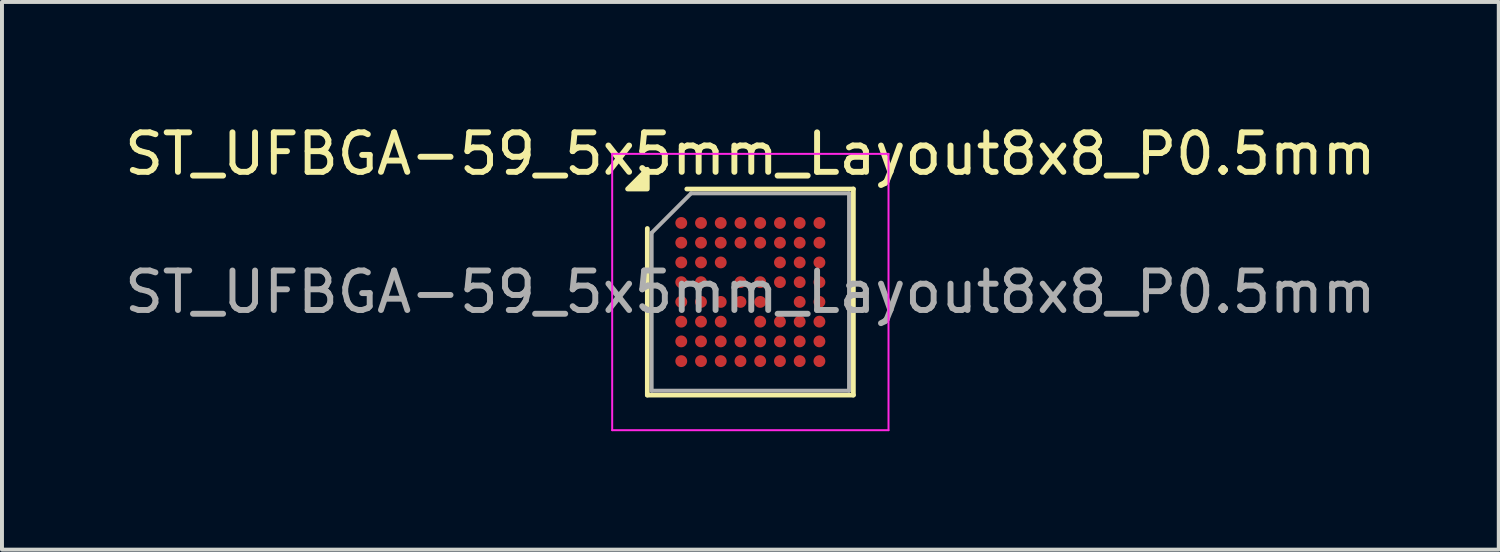
<source format=kicad_pcb>
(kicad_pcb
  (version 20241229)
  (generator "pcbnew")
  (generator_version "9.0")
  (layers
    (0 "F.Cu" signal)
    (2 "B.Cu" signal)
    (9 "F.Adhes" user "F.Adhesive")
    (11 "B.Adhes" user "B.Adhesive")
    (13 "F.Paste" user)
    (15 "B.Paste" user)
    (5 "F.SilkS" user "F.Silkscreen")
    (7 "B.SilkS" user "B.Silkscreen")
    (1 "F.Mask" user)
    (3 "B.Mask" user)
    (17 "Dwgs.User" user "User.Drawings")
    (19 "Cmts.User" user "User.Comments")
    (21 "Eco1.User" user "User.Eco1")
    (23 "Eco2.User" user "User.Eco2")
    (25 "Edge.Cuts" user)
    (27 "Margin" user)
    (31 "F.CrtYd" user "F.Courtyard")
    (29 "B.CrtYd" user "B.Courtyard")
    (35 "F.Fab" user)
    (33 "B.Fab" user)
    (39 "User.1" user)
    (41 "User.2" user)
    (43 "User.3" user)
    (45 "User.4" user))
  (footprint "ST_UFBGA-59_5x5mm_Layout8x8_P0.5mm"
    (layer "F.Cu")
    (at 15.958 4.348)
    (property "Reference" "ST_UFBGA-59_5x5mm_Layout8x8_P0.5mm" (at 0 -3.5 0) (layer "F.SilkS") (effects (font (size 1 1) (thickness 0.15))))
    (attr smd)
    (fp_line (start -2.61 2.61) (end -2.61 -1.61) (stroke (width 0.12) (type solid)) (layer "F.SilkS"))
    (fp_line (start -1.61 -2.61) (end 2.61 -2.61) (stroke (width 0.12) (type solid)) (layer "F.SilkS"))
    (fp_line (start 2.61 -2.61) (end 2.61 2.61) (stroke (width 0.12) (type solid)) (layer "F.SilkS"))
    (fp_line (start 2.61 2.61) (end -2.61 2.61) (stroke (width 0.12) (type solid)) (layer "F.SilkS"))
    (fp_poly (pts (xy -2.61 -2.61) (xy -3.11 -2.61) (xy -2.61 -3.11) (xy -2.61 -2.61)) (stroke (width 0.12) (type solid)) (fill yes) (layer "F.SilkS"))
    (fp_line (start -3.5 -3.5) (end -3.5 3.5) (stroke (width 0.05) (type solid)) (layer "F.CrtYd"))
    (fp_line (start -3.5 3.5) (end 3.5 3.5) (stroke (width 0.05) (type solid)) (layer "F.CrtYd"))
    (fp_line (start 3.5 -3.5) (end -3.5 -3.5) (stroke (width 0.05) (type solid)) (layer "F.CrtYd"))
    (fp_line (start 3.5 3.5) (end 3.5 -3.5) (stroke (width 0.05) (type solid)) (layer "F.CrtYd"))
    (fp_line (start -2.5 -1.5) (end -1.5 -2.5) (stroke (width 0.1) (type solid)) (layer "F.Fab"))
    (fp_line (start -2.5 2.5) (end -2.5 -1.5) (stroke (width 0.1) (type solid)) (layer "F.Fab"))
    (fp_line (start -1.5 -2.5) (end 2.5 -2.5) (stroke (width 0.1) (type solid)) (layer "F.Fab"))
    (fp_line (start 2.5 -2.5) (end 2.5 2.5) (stroke (width 0.1) (type solid)) (layer "F.Fab"))
    (fp_line (start 2.5 2.5) (end -2.5 2.5) (stroke (width 0.1) (type solid)) (layer "F.Fab"))
    (fp_text user "${REFERENCE}" (at 0 0 0) (layer "F.Fab") (effects (font (size 1 1) (thickness 0.15))))
    (pad "A1" smd circle (at -1.75 -1.75) (size 0.3 0.3) (property pad_prop_bga) (layers "F.Cu" "F.Mask" "F.Paste"))
    (pad "A2" smd circle (at -1.25 -1.75) (size 0.3 0.3) (property pad_prop_bga) (layers "F.Cu" "F.Mask" "F.Paste"))
    (pad "A3" smd circle (at -0.75 -1.75) (size 0.3 0.3) (property pad_prop_bga) (layers "F.Cu" "F.Mask" "F.Paste"))
    (pad "A4" smd circle (at -0.25 -1.75) (size 0.3 0.3) (property pad_prop_bga) (layers "F.Cu" "F.Mask" "F.Paste"))
    (pad "A5" smd circle (at 0.25 -1.75) (size 0.3 0.3) (property pad_prop_bga) (layers "F.Cu" "F.Mask" "F.Paste"))
    (pad "A6" smd circle (at 0.75 -1.75) (size 0.3 0.3) (property pad_prop_bga) (layers "F.Cu" "F.Mask" "F.Paste"))
    (pad "A7" smd circle (at 1.25 -1.75) (size 0.3 0.3) (property pad_prop_bga) (layers "F.Cu" "F.Mask" "F.Paste"))
    (pad "A8" smd circle (at 1.75 -1.75) (size 0.3 0.3) (property pad_prop_bga) (layers "F.Cu" "F.Mask" "F.Paste"))
    (pad "B1" smd circle (at -1.75 -1.25) (size 0.3 0.3) (property pad_prop_bga) (layers "F.Cu" "F.Mask" "F.Paste"))
    (pad "B2" smd circle (at -1.25 -1.25) (size 0.3 0.3) (property pad_prop_bga) (layers "F.Cu" "F.Mask" "F.Paste"))
    (pad "B3" smd circle (at -0.75 -1.25) (size 0.3 0.3) (property pad_prop_bga) (layers "F.Cu" "F.Mask" "F.Paste"))
    (pad "B4" smd circle (at -0.25 -1.25) (size 0.3 0.3) (property pad_prop_bga) (layers "F.Cu" "F.Mask" "F.Paste"))
    (pad "B5" smd circle (at 0.25 -1.25) (size 0.3 0.3) (property pad_prop_bga) (layers "F.Cu" "F.Mask" "F.Paste"))
    (pad "B6" smd circle (at 0.75 -1.25) (size 0.3 0.3) (property pad_prop_bga) (layers "F.Cu" "F.Mask" "F.Paste"))
    (pad "B7" smd circle (at 1.25 -1.25) (size 0.3 0.3) (property pad_prop_bga) (layers "F.Cu" "F.Mask" "F.Paste"))
    (pad "B8" smd circle (at 1.75 -1.25) (size 0.3 0.3) (property pad_prop_bga) (layers "F.Cu" "F.Mask" "F.Paste"))
    (pad "C1" smd circle (at -1.75 -0.75) (size 0.3 0.3) (property pad_prop_bga) (layers "F.Cu" "F.Mask" "F.Paste"))
    (pad "C2" smd circle (at -1.25 -0.75) (size 0.3 0.3) (property pad_prop_bga) (layers "F.Cu" "F.Mask" "F.Paste"))
    (pad "C3" smd circle (at -0.75 -0.75) (size 0.3 0.3) (property pad_prop_bga) (layers "F.Cu" "F.Mask" "F.Paste"))
    (pad "C6" smd circle (at 0.75 -0.75) (size 0.3 0.3) (property pad_prop_bga) (layers "F.Cu" "F.Mask" "F.Paste"))
    (pad "C7" smd circle (at 1.25 -0.75) (size 0.3 0.3) (property pad_prop_bga) (layers "F.Cu" "F.Mask" "F.Paste"))
    (pad "C8" smd circle (at 1.75 -0.75) (size 0.3 0.3) (property pad_prop_bga) (layers "F.Cu" "F.Mask" "F.Paste"))
    (pad "D1" smd circle (at -1.75 -0.25) (size 0.3 0.3) (property pad_prop_bga) (layers "F.Cu" "F.Mask" "F.Paste"))
    (pad "D2" smd circle (at -1.25 -0.25) (size 0.3 0.3) (property pad_prop_bga) (layers "F.Cu" "F.Mask" "F.Paste"))
    (pad "D4" smd circle (at -0.25 -0.25) (size 0.3 0.3) (property pad_prop_bga) (layers "F.Cu" "F.Mask" "F.Paste"))
    (pad "D5" smd circle (at 0.25 -0.25) (size 0.3 0.3) (property pad_prop_bga) (layers "F.Cu" "F.Mask" "F.Paste"))
    (pad "D6" smd circle (at 0.75 -0.25) (size 0.3 0.3) (property pad_prop_bga) (layers "F.Cu" "F.Mask" "F.Paste"))
    (pad "D7" smd circle (at 1.25 -0.25) (size 0.3 0.3) (property pad_prop_bga) (layers "F.Cu" "F.Mask" "F.Paste"))
    (pad "D8" smd circle (at 1.75 -0.25) (size 0.3 0.3) (property pad_prop_bga) (layers "F.Cu" "F.Mask" "F.Paste"))
    (pad "E1" smd circle (at -1.75 0.25) (size 0.3 0.3) (property pad_prop_bga) (layers "F.Cu" "F.Mask" "F.Paste"))
    (pad "E2" smd circle (at -1.25 0.25) (size 0.3 0.3) (property pad_prop_bga) (layers "F.Cu" "F.Mask" "F.Paste"))
    (pad "E3" smd circle (at -0.75 0.25) (size 0.3 0.3) (property pad_prop_bga) (layers "F.Cu" "F.Mask" "F.Paste"))
    (pad "E4" smd circle (at -0.25 0.25) (size 0.3 0.3) (property pad_prop_bga) (layers "F.Cu" "F.Mask" "F.Paste"))
    (pad "E5" smd circle (at 0.25 0.25) (size 0.3 0.3) (property pad_prop_bga) (layers "F.Cu" "F.Mask" "F.Paste"))
    (pad "E7" smd circle (at 1.25 0.25) (size 0.3 0.3) (property pad_prop_bga) (layers "F.Cu" "F.Mask" "F.Paste"))
    (pad "E8" smd circle (at 1.75 0.25) (size 0.3 0.3) (property pad_prop_bga) (layers "F.Cu" "F.Mask" "F.Paste"))
    (pad "F1" smd circle (at -1.75 0.75) (size 0.3 0.3) (property pad_prop_bga) (layers "F.Cu" "F.Mask" "F.Paste"))
    (pad "F2" smd circle (at -1.25 0.75) (size 0.3 0.3) (property pad_prop_bga) (layers "F.Cu" "F.Mask" "F.Paste"))
    (pad "F3" smd circle (at -0.75 0.75) (size 0.3 0.3) (property pad_prop_bga) (layers "F.Cu" "F.Mask" "F.Paste"))
    (pad "F5" smd circle (at 0.25 0.75) (size 0.3 0.3) (property pad_prop_bga) (layers "F.Cu" "F.Mask" "F.Paste"))
    (pad "F6" smd circle (at 0.75 0.75) (size 0.3 0.3) (property pad_prop_bga) (layers "F.Cu" "F.Mask" "F.Paste"))
    (pad "F7" smd circle (at 1.25 0.75) (size 0.3 0.3) (property pad_prop_bga) (layers "F.Cu" "F.Mask" "F.Paste"))
    (pad "F8" smd circle (at 1.75 0.75) (size 0.3 0.3) (property pad_prop_bga) (layers "F.Cu" "F.Mask" "F.Paste"))
    (pad "G1" smd circle (at -1.75 1.25) (size 0.3 0.3) (property pad_prop_bga) (layers "F.Cu" "F.Mask" "F.Paste"))
    (pad "G2" smd circle (at -1.25 1.25) (size 0.3 0.3) (property pad_prop_bga) (layers "F.Cu" "F.Mask" "F.Paste"))
    (pad "G3" smd circle (at -0.75 1.25) (size 0.3 0.3) (property pad_prop_bga) (layers "F.Cu" "F.Mask" "F.Paste"))
    (pad "G4" smd circle (at -0.25 1.25) (size 0.3 0.3) (property pad_prop_bga) (layers "F.Cu" "F.Mask" "F.Paste"))
    (pad "G5" smd circle (at 0.25 1.25) (size 0.3 0.3) (property pad_prop_bga) (layers "F.Cu" "F.Mask" "F.Paste"))
    (pad "G6" smd circle (at 0.75 1.25) (size 0.3 0.3) (property pad_prop_bga) (layers "F.Cu" "F.Mask" "F.Paste"))
    (pad "G7" smd circle (at 1.25 1.25) (size 0.3 0.3) (property pad_prop_bga) (layers "F.Cu" "F.Mask" "F.Paste"))
    (pad "G8" smd circle (at 1.75 1.25) (size 0.3 0.3) (property pad_prop_bga) (layers "F.Cu" "F.Mask" "F.Paste"))
    (pad "H1" smd circle (at -1.75 1.75) (size 0.3 0.3) (property pad_prop_bga) (layers "F.Cu" "F.Mask" "F.Paste"))
    (pad "H2" smd circle (at -1.25 1.75) (size 0.3 0.3) (property pad_prop_bga) (layers "F.Cu" "F.Mask" "F.Paste"))
    (pad "H3" smd circle (at -0.75 1.75) (size 0.3 0.3) (property pad_prop_bga) (layers "F.Cu" "F.Mask" "F.Paste"))
    (pad "H4" smd circle (at -0.25 1.75) (size 0.3 0.3) (property pad_prop_bga) (layers "F.Cu" "F.Mask" "F.Paste"))
    (pad "H5" smd circle (at 0.25 1.75) (size 0.3 0.3) (property pad_prop_bga) (layers "F.Cu" "F.Mask" "F.Paste"))
    (pad "H6" smd circle (at 0.75 1.75) (size 0.3 0.3) (property pad_prop_bga) (layers "F.Cu" "F.Mask" "F.Paste"))
    (pad "H7" smd circle (at 1.25 1.75) (size 0.3 0.3) (property pad_prop_bga) (layers "F.Cu" "F.Mask" "F.Paste"))
    (pad "H8" smd circle (at 1.75 1.75) (size 0.3 0.3) (property pad_prop_bga) (layers "F.Cu" "F.Mask" "F.Paste")))
  (gr_rect
    (start -3 -3)
    (end 34.917 10.873)
    (stroke (width 0.1) (type default))
    (fill no)
    (layer "Edge.Cuts")))
</source>
